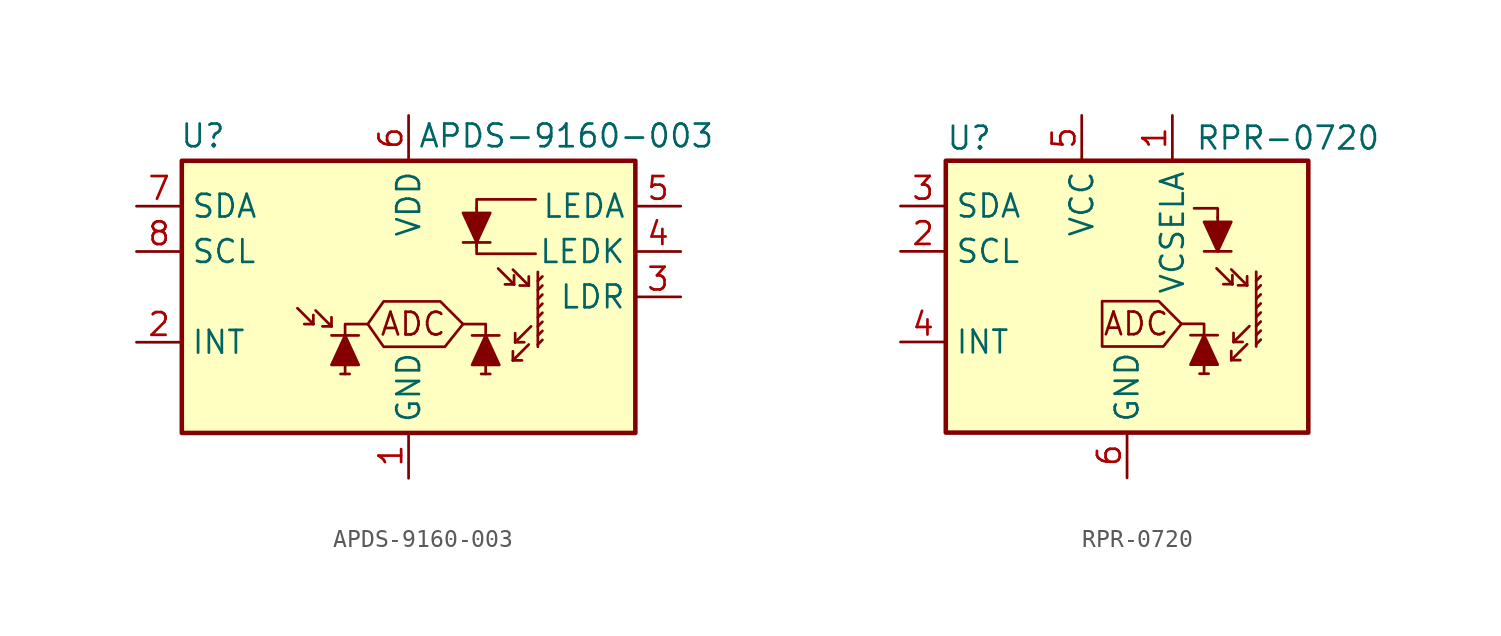
<source format=kicad_sym>
(kicad_symbol_lib
  (version 20220914)
  (generator kicad_symbol_editor)
  (symbol "APDS-9160-003"
    (property "Reference" "U"
      (at -12.827 9.017 0)
      (effects (font (size 1.27 1.27)) (justify left)))
    (property "Value" "APDS-9160-003"
      (at 0.508 9.017 0)
      (effects (font (size 1.27 1.27)) (justify left)))
    (symbol "APDS-9160-003_0_0"
      (polyline (pts (xy 3.048 -1.524) (xy 1.778 -0.254) (xy -1.397 -0.254) (xy -2.286 -1.524) (xy -1.397 -2.794) (xy 2.032 -2.794) (xy 3.048 -1.524)) (stroke (width 0) (type default)) (fill (type none)))
      (text "ADC" (at 0.254 -1.524 0) (effects (font (size 1.27 1.27)))))
    (symbol "APDS-9160-003_0_1"
      (rectangle (start -12.7 7.62) (end 12.7 -7.62) (stroke (width 0.254) (type default)) (fill (type background)))
      (polyline (pts (xy 3.81 2.794) (xy 3.81 4.953)) (stroke (width 0) (type default)) (fill (type none)))
      (polyline (pts (xy 7.239 -2.667) (xy 7.493 -2.413)) (stroke (width 0) (type default)) (fill (type none)))
      (polyline (pts (xy 7.239 -2.159) (xy 7.493 -1.905)) (stroke (width 0) (type default)) (fill (type none)))
      (polyline (pts (xy 7.239 -1.651) (xy 7.493 -1.397)) (stroke (width 0) (type default)) (fill (type none)))
      (polyline (pts (xy 7.239 -1.143) (xy 7.493 -0.889)) (stroke (width 0) (type default)) (fill (type none)))
      (polyline (pts (xy 7.239 -0.635) (xy 7.493 -0.381)) (stroke (width 0) (type default)) (fill (type none)))
      (polyline (pts (xy 7.239 -0.127) (xy 7.493 0.127)) (stroke (width 0) (type default)) (fill (type none)))
      (polyline (pts (xy 7.239 0.381) (xy 7.493 0.635)) (stroke (width 0) (type default)) (fill (type none)))
      (polyline (pts (xy 7.239 0.889) (xy 7.493 1.143)) (stroke (width 0) (type default)) (fill (type none)))
      (polyline (pts (xy 7.239 1.397) (xy 7.239 -2.794)) (stroke (width 0) (type default)) (fill (type none)))
      (polyline (pts (xy 3.81 2.921) (xy 3.81 2.413) (xy 7.112 2.413)) (stroke (width 0) (type default)) (fill (type none)))
      (polyline (pts (xy 7.112 5.461) (xy 3.81 5.461) (xy 3.81 4.953)) (stroke (width 0) (type default)) (fill (type none))))
    (symbol "APDS-9160-003_1_0"
      (polyline (pts (xy -3.556 -4.318) (xy -3.556 -1.524) (xy -2.286 -1.524)) (stroke (width 0) (type default)) (fill (type none)))
      (polyline (pts (xy 4.318 -4.318) (xy 4.318 -1.524) (xy 3.048 -1.524)) (stroke (width 0) (type default)) (fill (type none))))
    (symbol "APDS-9160-003_1_1"
      (polyline (pts (xy -5.334 -1.524) (xy -6.223 -0.635)) (stroke (width 0) (type default)) (fill (type none)))
      (polyline (pts (xy -5.334 -1.524) (xy -5.842 -1.524)) (stroke (width 0) (type default)) (fill (type none)))
      (polyline (pts (xy -5.334 -1.524) (xy -5.334 -1.016)) (stroke (width 0) (type default)) (fill (type none)))
      (polyline (pts (xy -4.318 -2.159) (xy -2.794 -2.159)) (stroke (width 0) (type default)) (fill (type none)))
      (polyline (pts (xy -4.318 -1.651) (xy -5.207 -0.762)) (stroke (width 0) (type default)) (fill (type none)))
      (polyline (pts (xy -4.318 -1.651) (xy -4.826 -1.651)) (stroke (width 0) (type default)) (fill (type none)))
      (polyline (pts (xy -4.318 -1.651) (xy -4.318 -1.143)) (stroke (width 0) (type default)) (fill (type none)))
      (polyline (pts (xy -3.302 -4.318) (xy -3.81 -4.318)) (stroke (width 0) (type default)) (fill (type none)))
      (polyline (pts (xy 4.064 -4.318) (xy 4.572 -4.318)) (stroke (width 0) (type default)) (fill (type none)))
      (polyline (pts (xy 4.572 3.048) (xy 3.048 3.048)) (stroke (width 0) (type default)) (fill (type none)))
      (polyline (pts (xy 5.08 -2.159) (xy 3.556 -2.159)) (stroke (width 0) (type default)) (fill (type none)))
      (polyline (pts (xy 5.842 -3.556) (xy 5.842 -3.048)) (stroke (width 0) (type default)) (fill (type none)))
      (polyline (pts (xy 5.842 -3.556) (xy 6.35 -3.556)) (stroke (width 0) (type default)) (fill (type none)))
      (polyline (pts (xy 5.842 -3.556) (xy 6.731 -2.667)) (stroke (width 0) (type default)) (fill (type none)))
      (polyline (pts (xy 5.905 0.699) (xy 5.016 1.587)) (stroke (width 0) (type default)) (fill (type none)))
      (polyline (pts (xy 5.905 0.699) (xy 5.397 0.699)) (stroke (width 0) (type default)) (fill (type none)))
      (polyline (pts (xy 5.905 0.699) (xy 5.905 1.206)) (stroke (width 0) (type default)) (fill (type none)))
      (polyline (pts (xy 5.969 -2.54) (xy 5.969 -2.032)) (stroke (width 0) (type default)) (fill (type none)))
      (polyline (pts (xy 5.969 -2.54) (xy 6.477 -2.54)) (stroke (width 0) (type default)) (fill (type none)))
      (polyline (pts (xy 5.969 -2.54) (xy 6.858 -1.651)) (stroke (width 0) (type default)) (fill (type none)))
      (polyline (pts (xy 6.731 0.635) (xy 5.842 1.524)) (stroke (width 0) (type default)) (fill (type none)))
      (polyline (pts (xy 6.731 0.635) (xy 6.223 0.635)) (stroke (width 0) (type default)) (fill (type none)))
      (polyline (pts (xy 6.731 0.635) (xy 6.731 1.143)) (stroke (width 0) (type default)) (fill (type none)))
      (polyline (pts (xy -4.318 -3.81) (xy -2.794 -3.81) (xy -3.556 -2.159) (xy -4.318 -3.81)) (stroke (width 0) (type default)) (fill (type outline)))
      (polyline (pts (xy 4.572 4.699) (xy 3.048 4.699) (xy 3.81 3.048) (xy 4.572 4.699)) (stroke (width 0) (type default)) (fill (type outline)))
      (polyline (pts (xy 5.08 -3.81) (xy 3.556 -3.81) (xy 4.318 -2.159) (xy 5.08 -3.81)) (stroke (width 0) (type default)) (fill (type outline)))
      (pin power_in line (at 0 -10.16 90) (length 2.54) (name "GND" (effects (font (size 1.27 1.27)))) (number "1" (effects (font (size 1.27 1.27)))))
      (pin open_collector line (at -15.24 -2.54 0) (length 2.54) (name "INT" (effects (font (size 1.27 1.27)))) (number "2" (effects (font (size 1.27 1.27)))))
      (pin input line (at 15.24 0 180) (length 2.54) (name "LDR" (effects (font (size 1.27 1.27)))) (number "3" (effects (font (size 1.27 1.27)))))
      (pin output line (at 15.24 2.54 180) (length 2.54) (name "LEDK" (effects (font (size 1.27 1.27)))) (number "4" (effects (font (size 1.27 1.27)))))
      (pin input line (at 15.24 5.08 180) (length 2.54) (name "LEDA" (effects (font (size 1.27 1.27)))) (number "5" (effects (font (size 1.27 1.27)))))
      (pin power_in line (at 0 10.16 270) (length 2.54) (name "VDD" (effects (font (size 1.27 1.27)))) (number "6" (effects (font (size 1.27 1.27)))))
      (pin bidirectional line (at -15.24 5.08 0) (length 2.54) (name "SDA" (effects (font (size 1.27 1.27)))) (number "7" (effects (font (size 1.27 1.27)))))
      (pin input line (at -15.24 2.54 0) (length 2.54) (name "SCL" (effects (font (size 1.27 1.27)))) (number "8" (effects (font (size 1.27 1.27)))))))
  (symbol "RPR-0720"
    (property "Reference" "U"
      (at -10.16 8.89 0)
      (effects (font (size 1.27 1.27)) (justify left)))
    (property "Value" "RPR-0720"
      (at 3.81 8.89 0)
      (effects (font (size 1.27 1.27)) (justify left)))
    (symbol "RPR-0720_0_0"
      (polyline (pts (xy 3.048 -1.524) (xy 1.778 -0.254) (xy -1.397 -0.254) (xy -1.397 -1.524) (xy -1.397 -2.794) (xy 2.032 -2.794) (xy 3.048 -1.524)) (stroke (width 0) (type default)) (fill (type none)))
      (text "ADC" (at 0.508 -1.524 0) (effects (font (size 1.27 1.27)))))
    (symbol "RPR-0720_0_1"
      (rectangle (start -10.16 7.62) (end 10.16 -7.62) (stroke (width 0.254) (type default)) (fill (type background)))
      (polyline (pts (xy 5.08 2.54) (xy 5.08 4.445)) (stroke (width 0) (type default)) (fill (type none)))
      (polyline (pts (xy 7.239 -2.667) (xy 7.493 -2.413)) (stroke (width 0) (type default)) (fill (type none)))
      (polyline (pts (xy 7.239 -2.159) (xy 7.493 -1.905)) (stroke (width 0) (type default)) (fill (type none)))
      (polyline (pts (xy 7.239 -1.651) (xy 7.493 -1.397)) (stroke (width 0) (type default)) (fill (type none)))
      (polyline (pts (xy 7.239 -1.143) (xy 7.493 -0.889)) (stroke (width 0) (type default)) (fill (type none)))
      (polyline (pts (xy 7.239 -0.635) (xy 7.493 -0.381)) (stroke (width 0) (type default)) (fill (type none)))
      (polyline (pts (xy 7.239 -0.127) (xy 7.493 0.127)) (stroke (width 0) (type default)) (fill (type none)))
      (polyline (pts (xy 7.239 0.381) (xy 7.493 0.635)) (stroke (width 0) (type default)) (fill (type none)))
      (polyline (pts (xy 7.239 0.889) (xy 7.493 1.143)) (stroke (width 0) (type default)) (fill (type none)))
      (polyline (pts (xy 7.239 1.397) (xy 7.239 -2.794)) (stroke (width 0) (type default)) (fill (type none)))
      (polyline (pts (xy 3.759 4.953) (xy 5.08 4.953) (xy 5.08 4.445)) (stroke (width 0) (type default)) (fill (type none))))
    (symbol "RPR-0720_1_0"
      (polyline (pts (xy 4.318 -4.318) (xy 4.318 -1.524) (xy 3.048 -1.524)) (stroke (width 0) (type default)) (fill (type none))))
    (symbol "RPR-0720_1_1"
      (polyline (pts (xy 4.064 -4.318) (xy 4.572 -4.318)) (stroke (width 0) (type default)) (fill (type none)))
      (polyline (pts (xy 5.08 -2.159) (xy 3.556 -2.159)) (stroke (width 0) (type default)) (fill (type none)))
      (polyline (pts (xy 5.842 -3.556) (xy 5.842 -3.048)) (stroke (width 0) (type default)) (fill (type none)))
      (polyline (pts (xy 5.842 -3.556) (xy 6.35 -3.556)) (stroke (width 0) (type default)) (fill (type none)))
      (polyline (pts (xy 5.842 -3.556) (xy 6.731 -2.667)) (stroke (width 0) (type default)) (fill (type none)))
      (polyline (pts (xy 5.842 2.54) (xy 4.318 2.54)) (stroke (width 0) (type default)) (fill (type none)))
      (polyline (pts (xy 5.905 0.699) (xy 5.016 1.587)) (stroke (width 0) (type default)) (fill (type none)))
      (polyline (pts (xy 5.905 0.699) (xy 5.397 0.699)) (stroke (width 0) (type default)) (fill (type none)))
      (polyline (pts (xy 5.905 0.699) (xy 5.905 1.206)) (stroke (width 0) (type default)) (fill (type none)))
      (polyline (pts (xy 5.969 -2.54) (xy 5.969 -2.032)) (stroke (width 0) (type default)) (fill (type none)))
      (polyline (pts (xy 5.969 -2.54) (xy 6.477 -2.54)) (stroke (width 0) (type default)) (fill (type none)))
      (polyline (pts (xy 5.969 -2.54) (xy 6.858 -1.651)) (stroke (width 0) (type default)) (fill (type none)))
      (polyline (pts (xy 6.731 0.635) (xy 5.842 1.524)) (stroke (width 0) (type default)) (fill (type none)))
      (polyline (pts (xy 6.731 0.635) (xy 6.223 0.635)) (stroke (width 0) (type default)) (fill (type none)))
      (polyline (pts (xy 6.731 0.635) (xy 6.731 1.143)) (stroke (width 0) (type default)) (fill (type none)))
      (polyline (pts (xy 5.08 -3.81) (xy 3.556 -3.81) (xy 4.318 -2.159) (xy 5.08 -3.81)) (stroke (width 0) (type default)) (fill (type outline)))
      (polyline (pts (xy 5.842 4.191) (xy 4.318 4.191) (xy 5.08 2.54) (xy 5.842 4.191)) (stroke (width 0) (type default)) (fill (type outline)))
      (pin power_in line (at 2.54 10.16 270) (length 2.54) (name "VCSELA" (effects (font (size 1.27 1.27)))) (number "1" (effects (font (size 1.27 1.27)))))
      (pin input line (at -12.7 2.54 0) (length 2.54) (name "SCL" (effects (font (size 1.27 1.27)))) (number "2" (effects (font (size 1.27 1.27)))))
      (pin bidirectional line (at -12.7 5.08 0) (length 2.54) (name "SDA" (effects (font (size 1.27 1.27)))) (number "3" (effects (font (size 1.27 1.27)))))
      (pin open_collector line (at -12.7 -2.54 0) (length 2.54) (name "INT" (effects (font (size 1.27 1.27)))) (number "4" (effects (font (size 1.27 1.27)))))
      (pin power_in line (at -2.54 10.16 270) (length 2.54) (name "VCC" (effects (font (size 1.27 1.27)))) (number "5" (effects (font (size 1.27 1.27)))))
      (pin power_in line (at 0 -10.16 90) (length 2.54) (name "GND" (effects (font (size 1.27 1.27)))) (number "6" (effects (font (size 1.27 1.27))))))))
</source>
